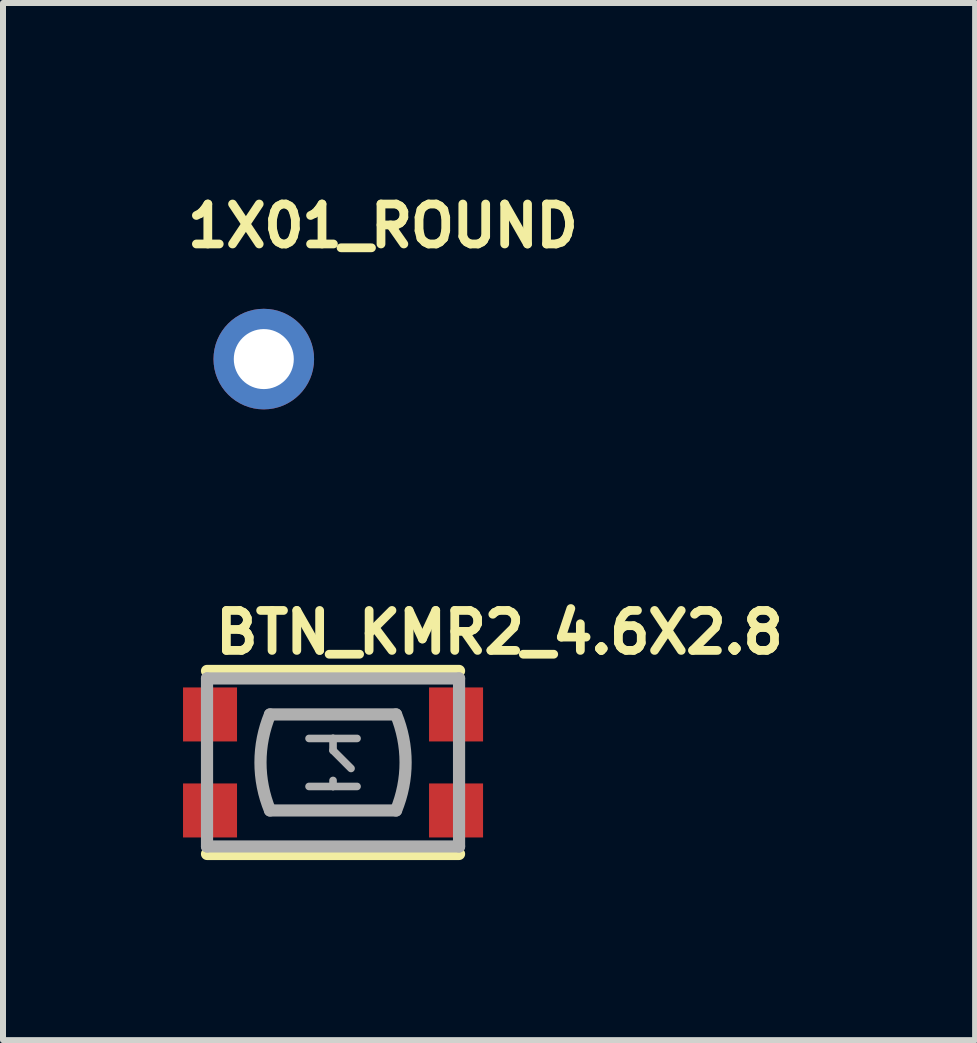
<source format=kicad_pcb>
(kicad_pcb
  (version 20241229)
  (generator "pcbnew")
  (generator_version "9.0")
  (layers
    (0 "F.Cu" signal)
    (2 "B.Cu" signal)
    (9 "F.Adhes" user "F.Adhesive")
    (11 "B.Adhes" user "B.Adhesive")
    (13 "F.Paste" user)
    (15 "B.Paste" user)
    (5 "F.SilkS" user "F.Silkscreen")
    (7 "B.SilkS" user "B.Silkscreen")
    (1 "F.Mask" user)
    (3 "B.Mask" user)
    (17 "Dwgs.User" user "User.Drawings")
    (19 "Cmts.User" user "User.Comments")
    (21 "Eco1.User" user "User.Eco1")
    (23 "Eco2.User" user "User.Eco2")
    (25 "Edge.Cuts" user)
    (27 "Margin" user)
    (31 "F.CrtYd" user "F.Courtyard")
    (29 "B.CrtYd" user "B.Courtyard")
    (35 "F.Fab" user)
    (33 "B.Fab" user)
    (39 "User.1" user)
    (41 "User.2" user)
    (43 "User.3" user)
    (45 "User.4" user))
  (footprint "1X01_ROUND"
    (layer "F.Cu")
    (at 1.346 2.934)
    (property "Reference" "1X01_ROUND" (at -1.346 -1.829 0) (layer "F.SilkS") (effects (font (size 0.666 0.666) (thickness 0.146)) (justify left bottom)))
    (fp_poly (pts (xy -0.254 0.254) (xy 0.254 0.254) (xy 0.254 -0.254) (xy -0.254 -0.254)) (stroke (width 0.1) (type solid)) (fill no) (layer "F.Fab"))
    (pad "1" thru_hole circle (at 0 0 90) (size 1.676 1.676) (drill 1) (layers "*.Cu" "*.Mask")))
  (footprint "BTN_KMR2_4.6X2.8"
    (layer "F.Cu")
    (at 2.5 9.656)
    (property "Reference" "BTN_KMR2_4.6X2.8" (at -2.032 -1.778 0) (layer "F.SilkS") (effects (font (size 0.666 0.666) (thickness 0.146)) (justify left bottom)))
    (fp_line (start -2.1 -1.525) (end 2.1 -1.525) (stroke (width 0.203) (type solid)) (layer "F.SilkS"))
    (fp_line (start 2.1 1.525) (end -2.1 1.525) (stroke (width 0.203) (type solid)) (layer "F.SilkS"))
    (fp_line (start -2.1 -1.4) (end 2.1 -1.4) (stroke (width 0.203) (type solid)) (layer "F.Fab"))
    (fp_line (start -2.1 1.4) (end -2.1 -1.4) (stroke (width 0.203) (type solid)) (layer "F.Fab"))
    (fp_line (start -1.05 -0.8) (end 1.05 -0.8) (stroke (width 0.203) (type solid)) (layer "F.Fab"))
    (fp_line (start -0.4 -0.4) (end 0 -0.4) (stroke (width 0.127) (type solid)) (layer "F.Fab"))
    (fp_line (start -0.4 0.4) (end 0 0.4) (stroke (width 0.127) (type solid)) (layer "F.Fab"))
    (fp_line (start 0 -0.4) (end 0 -0.2) (stroke (width 0.127) (type solid)) (layer "F.Fab"))
    (fp_line (start 0 -0.4) (end 0.4 -0.4) (stroke (width 0.127) (type solid)) (layer "F.Fab"))
    (fp_line (start 0 -0.2) (end 0.3 0.1) (stroke (width 0.127) (type solid)) (layer "F.Fab"))
    (fp_line (start 0 0.4) (end 0 0.3) (stroke (width 0.127) (type solid)) (layer "F.Fab"))
    (fp_line (start 0 0.4) (end 0.4 0.4) (stroke (width 0.127) (type solid)) (layer "F.Fab"))
    (fp_line (start 1.05 0.8) (end -1.05 0.8) (stroke (width 0.203) (type solid)) (layer "F.Fab"))
    (fp_line (start 2.1 -1.4) (end 2.1 1.4) (stroke (width 0.203) (type solid)) (layer "F.Fab"))
    (fp_line (start 2.1 1.4) (end -2.1 1.4) (stroke (width 0.203) (type solid)) (layer "F.Fab"))
    (fp_arc (start -1.05 0.8) (mid -1.209128 0) (end -1.05 -0.799999) (stroke (width 0.2032) (type solid)) (layer "F.Fab"))
    (fp_arc (start 1.05 -0.8) (mid 1.209128 0) (end 1.05 0.799999) (stroke (width 0.2032) (type solid)) (layer "F.Fab"))
    (pad "A" smd rect (at 2.05 -0.8) (size 0.9 0.9) (layers "F.Cu" "F.Mask" "F.Paste"))
    (pad "A'" smd rect (at -2.05 -0.8) (size 0.9 0.9) (layers "F.Cu" "F.Mask" "F.Paste"))
    (pad "B" smd rect (at 2.05 0.8) (size 0.9 0.9) (layers "F.Cu" "F.Mask" "F.Paste"))
    (pad "B'" smd rect (at -2.05 0.8) (size 0.9 0.9) (layers "F.Cu" "F.Mask" "F.Paste")))
  (gr_rect
    (start -3 -3)
    (end 13.2 14.283)
    (stroke (width 0.1) (type default))
    (fill no)
    (layer "Edge.Cuts")))
</source>
